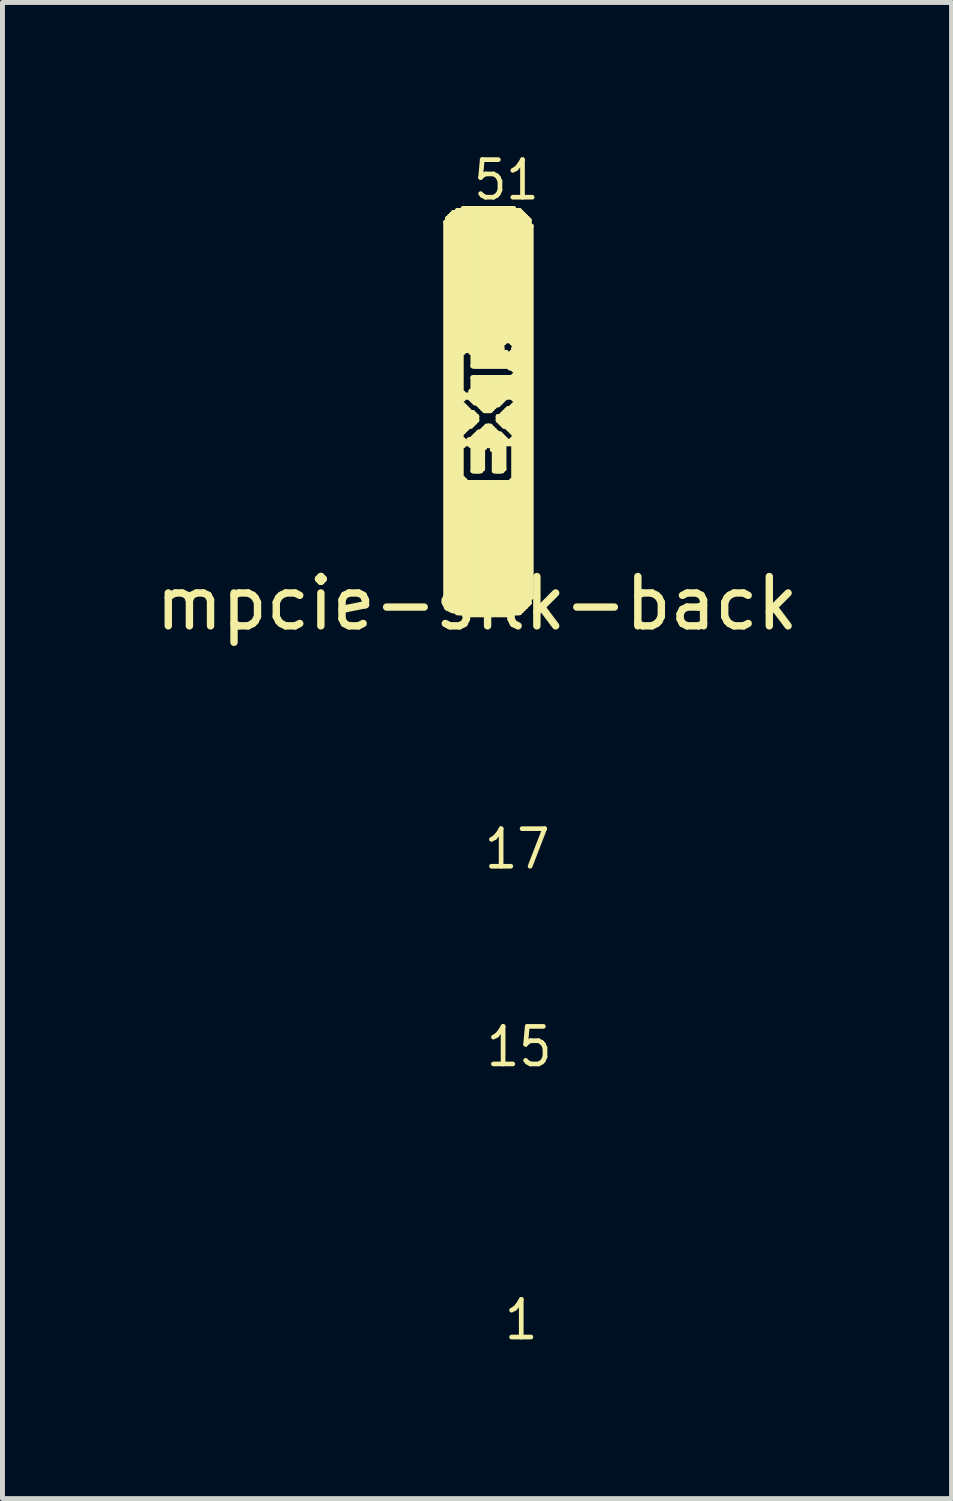
<source format=kicad_pcb>
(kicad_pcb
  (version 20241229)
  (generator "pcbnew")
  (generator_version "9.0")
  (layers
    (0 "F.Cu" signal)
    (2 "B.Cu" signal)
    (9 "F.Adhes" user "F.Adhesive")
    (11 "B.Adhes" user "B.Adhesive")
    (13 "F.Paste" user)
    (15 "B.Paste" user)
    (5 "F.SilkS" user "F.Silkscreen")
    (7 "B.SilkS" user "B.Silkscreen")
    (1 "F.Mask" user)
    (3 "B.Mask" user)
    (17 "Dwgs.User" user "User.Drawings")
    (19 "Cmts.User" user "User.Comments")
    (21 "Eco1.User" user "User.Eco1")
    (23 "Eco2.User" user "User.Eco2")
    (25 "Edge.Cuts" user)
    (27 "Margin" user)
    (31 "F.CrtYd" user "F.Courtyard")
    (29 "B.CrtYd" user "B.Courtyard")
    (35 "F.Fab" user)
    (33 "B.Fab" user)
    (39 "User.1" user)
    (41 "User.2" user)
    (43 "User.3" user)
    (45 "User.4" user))
  (footprint "mpcie-silk-back"
    (layer "F.Cu")
    (at 6.625 9.689)
    (property "Reference" "mpcie-silk-back" (at 0 -0.5 0) (unlocked yes) (layer "F.SilkS") (effects (font (size 1 1) (thickness 0.15))))
    (attr smd)
    (fp_line (start -0.635 -8.233) (end -0.635 -0.587) (stroke (width 0.1) (type solid)) (layer "F.SilkS"))
    (fp_line (start -0.635 -0.587) (end -0.596 -0.587) (stroke (width 0.1) (type solid)) (layer "F.SilkS"))
    (fp_line (start -0.596 -8.312) (end -0.596 -0.508) (stroke (width 0.1) (type solid)) (layer "F.SilkS"))
    (fp_line (start -0.596 -8.233) (end -0.635 -8.233) (stroke (width 0.1) (type solid)) (layer "F.SilkS"))
    (fp_line (start -0.596 -0.587) (end -0.596 -8.233) (stroke (width 0.1) (type solid)) (layer "F.SilkS"))
    (fp_line (start -0.596 -0.508) (end -0.556 -0.508) (stroke (width 0.1) (type solid)) (layer "F.SilkS"))
    (fp_line (start -0.556 -8.351) (end -0.556 -0.429) (stroke (width 0.1) (type solid)) (layer "F.SilkS"))
    (fp_line (start -0.556 -8.312) (end -0.596 -8.312) (stroke (width 0.1) (type solid)) (layer "F.SilkS"))
    (fp_line (start -0.556 -0.508) (end -0.556 -8.312) (stroke (width 0.1) (type solid)) (layer "F.SilkS"))
    (fp_line (start -0.556 -0.429) (end -0.517 -0.429) (stroke (width 0.1) (type solid)) (layer "F.SilkS"))
    (fp_line (start -0.517 -8.391) (end -0.517 -0.39) (stroke (width 0.1) (type solid)) (layer "F.SilkS"))
    (fp_line (start -0.517 -8.351) (end -0.556 -8.351) (stroke (width 0.1) (type solid)) (layer "F.SilkS"))
    (fp_line (start -0.517 -0.429) (end -0.517 -8.351) (stroke (width 0.1) (type solid)) (layer "F.SilkS"))
    (fp_line (start -0.517 -0.39) (end -0.477 -0.39) (stroke (width 0.1) (type solid)) (layer "F.SilkS"))
    (fp_line (start -0.477 -8.43) (end -0.477 -0.35) (stroke (width 0.1) (type solid)) (layer "F.SilkS"))
    (fp_line (start -0.477 -8.391) (end -0.517 -8.391) (stroke (width 0.1) (type solid)) (layer "F.SilkS"))
    (fp_line (start -0.477 -0.39) (end -0.477 -8.391) (stroke (width 0.1) (type solid)) (layer "F.SilkS"))
    (fp_line (start -0.477 -0.35) (end -0.438 -0.35) (stroke (width 0.1) (type solid)) (layer "F.SilkS"))
    (fp_line (start -0.438 -8.43) (end -0.477 -8.43) (stroke (width 0.1) (type solid)) (layer "F.SilkS"))
    (fp_line (start -0.438 -8.43) (end -0.438 -0.35) (stroke (width 0.1) (type solid)) (layer "F.SilkS"))
    (fp_line (start -0.438 -0.35) (end -0.438 -8.43) (stroke (width 0.1) (type solid)) (layer "F.SilkS"))
    (fp_line (start -0.438 -0.35) (end -0.399 -0.35) (stroke (width 0.1) (type solid)) (layer "F.SilkS"))
    (fp_line (start -0.399 -8.469) (end -0.399 -0.311) (stroke (width 0.1) (type solid)) (layer "F.SilkS"))
    (fp_line (start -0.399 -8.43) (end -0.438 -8.43) (stroke (width 0.1) (type solid)) (layer "F.SilkS"))
    (fp_line (start -0.399 -0.35) (end -0.399 -8.43) (stroke (width 0.1) (type solid)) (layer "F.SilkS"))
    (fp_line (start -0.399 -0.311) (end -0.359 -0.311) (stroke (width 0.1) (type solid)) (layer "F.SilkS"))
    (fp_line (start -0.359 -8.469) (end -0.399 -8.469) (stroke (width 0.1) (type solid)) (layer "F.SilkS"))
    (fp_line (start -0.359 -8.469) (end -0.359 -0.311) (stroke (width 0.1) (type solid)) (layer "F.SilkS"))
    (fp_line (start -0.359 -0.311) (end -0.359 -8.469) (stroke (width 0.1) (type solid)) (layer "F.SilkS"))
    (fp_line (start -0.359 -0.311) (end -0.32 -0.311) (stroke (width 0.1) (type solid)) (layer "F.SilkS"))
    (fp_line (start -0.32 -8.469) (end -0.359 -8.469) (stroke (width 0.1) (type solid)) (layer "F.SilkS"))
    (fp_line (start -0.32 -8.469) (end -0.32 -5.592) (stroke (width 0.1) (type solid)) (layer "F.SilkS"))
    (fp_line (start -0.32 -5.592) (end -0.28 -5.592) (stroke (width 0.1) (type solid)) (layer "F.SilkS"))
    (fp_line (start -0.32 -4.765) (end -0.32 -4.646) (stroke (width 0.1) (type solid)) (layer "F.SilkS"))
    (fp_line (start -0.32 -4.646) (end -0.28 -4.646) (stroke (width 0.1) (type solid)) (layer "F.SilkS"))
    (fp_line (start -0.32 -4.528) (end -0.32 -3.976) (stroke (width 0.1) (type solid)) (layer "F.SilkS"))
    (fp_line (start -0.32 -3.976) (end -0.28 -3.976) (stroke (width 0.1) (type solid)) (layer "F.SilkS"))
    (fp_line (start -0.32 -3.819) (end -0.32 -3.701) (stroke (width 0.1) (type solid)) (layer "F.SilkS"))
    (fp_line (start -0.32 -3.701) (end -0.28 -3.701) (stroke (width 0.1) (type solid)) (layer "F.SilkS"))
    (fp_line (start -0.32 -3.03) (end -0.32 -0.311) (stroke (width 0.1) (type solid)) (layer "F.SilkS"))
    (fp_line (start -0.32 -0.311) (end -0.32 -8.469) (stroke (width 0.1) (type solid)) (layer "F.SilkS"))
    (fp_line (start -0.32 -0.311) (end -0.28 -0.311) (stroke (width 0.1) (type solid)) (layer "F.SilkS"))
    (fp_line (start -0.28 -8.509) (end -0.28 -5.632) (stroke (width 0.1) (type solid)) (layer "F.SilkS"))
    (fp_line (start -0.28 -8.469) (end -0.32 -8.469) (stroke (width 0.1) (type solid)) (layer "F.SilkS"))
    (fp_line (start -0.28 -5.632) (end -0.241 -5.632) (stroke (width 0.1) (type solid)) (layer "F.SilkS"))
    (fp_line (start -0.28 -5.592) (end -0.28 -8.469) (stroke (width 0.1) (type solid)) (layer "F.SilkS"))
    (fp_line (start -0.28 -4.765) (end -0.32 -4.765) (stroke (width 0.1) (type solid)) (layer "F.SilkS"))
    (fp_line (start -0.28 -4.725) (end -0.28 -4.686) (stroke (width 0.1) (type solid)) (layer "F.SilkS"))
    (fp_line (start -0.28 -4.686) (end -0.241 -4.686) (stroke (width 0.1) (type solid)) (layer "F.SilkS"))
    (fp_line (start -0.28 -4.646) (end -0.28 -4.765) (stroke (width 0.1) (type solid)) (layer "F.SilkS"))
    (fp_line (start -0.28 -4.528) (end -0.32 -4.528) (stroke (width 0.1) (type solid)) (layer "F.SilkS"))
    (fp_line (start -0.28 -4.489) (end -0.28 -4.016) (stroke (width 0.1) (type solid)) (layer "F.SilkS"))
    (fp_line (start -0.28 -4.016) (end -0.241 -4.016) (stroke (width 0.1) (type solid)) (layer "F.SilkS"))
    (fp_line (start -0.28 -3.976) (end -0.28 -4.528) (stroke (width 0.1) (type solid)) (layer "F.SilkS"))
    (fp_line (start -0.28 -3.819) (end -0.32 -3.819) (stroke (width 0.1) (type solid)) (layer "F.SilkS"))
    (fp_line (start -0.28 -3.779) (end -0.28 -3.74) (stroke (width 0.1) (type solid)) (layer "F.SilkS"))
    (fp_line (start -0.28 -3.74) (end -0.241 -3.74) (stroke (width 0.1) (type solid)) (layer "F.SilkS"))
    (fp_line (start -0.28 -3.701) (end -0.28 -3.819) (stroke (width 0.1) (type solid)) (layer "F.SilkS"))
    (fp_line (start -0.28 -3.03) (end -0.32 -3.03) (stroke (width 0.1) (type solid)) (layer "F.SilkS"))
    (fp_line (start -0.28 -2.991) (end -0.28 -0.311) (stroke (width 0.1) (type solid)) (layer "F.SilkS"))
    (fp_line (start -0.28 -0.311) (end -0.28 -3.03) (stroke (width 0.1) (type solid)) (layer "F.SilkS"))
    (fp_line (start -0.28 -0.311) (end -0.241 -0.311) (stroke (width 0.1) (type solid)) (layer "F.SilkS"))
    (fp_line (start -0.241 -8.509) (end -0.28 -8.509) (stroke (width 0.1) (type solid)) (layer "F.SilkS"))
    (fp_line (start -0.241 -8.509) (end -0.241 -5.632) (stroke (width 0.1) (type solid)) (layer "F.SilkS"))
    (fp_line (start -0.241 -5.632) (end -0.241 -8.509) (stroke (width 0.1) (type solid)) (layer "F.SilkS"))
    (fp_line (start -0.241 -5.632) (end -0.201 -5.632) (stroke (width 0.1) (type solid)) (layer "F.SilkS"))
    (fp_line (start -0.241 -4.725) (end -0.28 -4.725) (stroke (width 0.1) (type solid)) (layer "F.SilkS"))
    (fp_line (start -0.241 -4.686) (end -0.241 -4.725) (stroke (width 0.1) (type solid)) (layer "F.SilkS"))
    (fp_line (start -0.241 -4.489) (end -0.28 -4.489) (stroke (width 0.1) (type solid)) (layer "F.SilkS"))
    (fp_line (start -0.241 -4.449) (end -0.241 -4.055) (stroke (width 0.1) (type solid)) (layer "F.SilkS"))
    (fp_line (start -0.241 -4.055) (end -0.201 -4.055) (stroke (width 0.1) (type solid)) (layer "F.SilkS"))
    (fp_line (start -0.241 -4.016) (end -0.241 -4.489) (stroke (width 0.1) (type solid)) (layer "F.SilkS"))
    (fp_line (start -0.241 -3.779) (end -0.28 -3.779) (stroke (width 0.1) (type solid)) (layer "F.SilkS"))
    (fp_line (start -0.241 -3.779) (end -0.241 -3.74) (stroke (width 0.1) (type solid)) (layer "F.SilkS"))
    (fp_line (start -0.241 -3.74) (end -0.241 -3.779) (stroke (width 0.1) (type solid)) (layer "F.SilkS"))
    (fp_line (start -0.241 -3.74) (end -0.201 -3.74) (stroke (width 0.1) (type solid)) (layer "F.SilkS"))
    (fp_line (start -0.241 -2.991) (end -0.28 -2.991) (stroke (width 0.1) (type solid)) (layer "F.SilkS"))
    (fp_line (start -0.241 -2.952) (end -0.241 -0.272) (stroke (width 0.1) (type solid)) (layer "F.SilkS"))
    (fp_line (start -0.241 -0.311) (end -0.241 -2.991) (stroke (width 0.1) (type solid)) (layer "F.SilkS"))
    (fp_line (start -0.241 -0.272) (end -0.201 -0.272) (stroke (width 0.1) (type solid)) (layer "F.SilkS"))
    (fp_line (start -0.201 -8.509) (end -0.241 -8.509) (stroke (width 0.1) (type solid)) (layer "F.SilkS"))
    (fp_line (start -0.201 -8.509) (end -0.201 -5.632) (stroke (width 0.1) (type solid)) (layer "F.SilkS"))
    (fp_line (start -0.201 -5.632) (end -0.201 -8.509) (stroke (width 0.1) (type solid)) (layer "F.SilkS"))
    (fp_line (start -0.201 -5.632) (end -0.162 -5.632) (stroke (width 0.1) (type solid)) (layer "F.SilkS"))
    (fp_line (start -0.201 -4.725) (end -0.201 -4.686) (stroke (width 0.1) (type solid)) (layer "F.SilkS"))
    (fp_line (start -0.201 -4.686) (end -0.162 -4.686) (stroke (width 0.1) (type solid)) (layer "F.SilkS"))
    (fp_line (start -0.201 -4.449) (end -0.241 -4.449) (stroke (width 0.1) (type solid)) (layer "F.SilkS"))
    (fp_line (start -0.201 -4.41) (end -0.201 -4.095) (stroke (width 0.1) (type solid)) (layer "F.SilkS"))
    (fp_line (start -0.201 -4.095) (end -0.162 -4.095) (stroke (width 0.1) (type solid)) (layer "F.SilkS"))
    (fp_line (start -0.201 -4.055) (end -0.201 -4.449) (stroke (width 0.1) (type solid)) (layer "F.SilkS"))
    (fp_line (start -0.201 -3.779) (end -0.241 -3.779) (stroke (width 0.1) (type solid)) (layer "F.SilkS"))
    (fp_line (start -0.201 -3.779) (end -0.201 -3.74) (stroke (width 0.1) (type solid)) (layer "F.SilkS"))
    (fp_line (start -0.201 -3.74) (end -0.201 -3.779) (stroke (width 0.1) (type solid)) (layer "F.SilkS"))
    (fp_line (start -0.201 -3.74) (end -0.162 -3.74) (stroke (width 0.1) (type solid)) (layer "F.SilkS"))
    (fp_line (start -0.201 -2.952) (end -0.241 -2.952) (stroke (width 0.1) (type solid)) (layer "F.SilkS"))
    (fp_line (start -0.201 -2.952) (end -0.201 -0.272) (stroke (width 0.1) (type solid)) (layer "F.SilkS"))
    (fp_line (start -0.201 -0.272) (end -0.201 -2.952) (stroke (width 0.1) (type solid)) (layer "F.SilkS"))
    (fp_line (start -0.201 -0.272) (end -0.162 -0.272) (stroke (width 0.1) (type solid)) (layer "F.SilkS"))
    (fp_line (start -0.162 -8.509) (end -0.201 -8.509) (stroke (width 0.1) (type solid)) (layer "F.SilkS"))
    (fp_line (start -0.162 -8.509) (end -0.162 -5.632) (stroke (width 0.1) (type solid)) (layer "F.SilkS"))
    (fp_line (start -0.162 -5.632) (end -0.162 -8.509) (stroke (width 0.1) (type solid)) (layer "F.SilkS"))
    (fp_line (start -0.162 -5.632) (end -0.123 -5.632) (stroke (width 0.1) (type solid)) (layer "F.SilkS"))
    (fp_line (start -0.162 -4.725) (end -0.201 -4.725) (stroke (width 0.1) (type solid)) (layer "F.SilkS"))
    (fp_line (start -0.162 -4.725) (end -0.162 -4.686) (stroke (width 0.1) (type solid)) (layer "F.SilkS"))
    (fp_line (start -0.162 -4.686) (end -0.162 -4.725) (stroke (width 0.1) (type solid)) (layer "F.SilkS"))
    (fp_line (start -0.162 -4.686) (end -0.123 -4.686) (stroke (width 0.1) (type solid)) (layer "F.SilkS"))
    (fp_line (start -0.162 -4.41) (end -0.201 -4.41) (stroke (width 0.1) (type solid)) (layer "F.SilkS"))
    (fp_line (start -0.162 -4.371) (end -0.162 -4.095) (stroke (width 0.1) (type solid)) (layer "F.SilkS"))
    (fp_line (start -0.162 -4.095) (end -0.162 -4.41) (stroke (width 0.1) (type solid)) (layer "F.SilkS"))
    (fp_line (start -0.162 -4.095) (end -0.123 -4.095) (stroke (width 0.1) (type solid)) (layer "F.SilkS"))
    (fp_line (start -0.162 -3.819) (end -0.162 -3.74) (stroke (width 0.1) (type solid)) (layer "F.SilkS"))
    (fp_line (start -0.162 -3.779) (end -0.201 -3.779) (stroke (width 0.1) (type solid)) (layer "F.SilkS"))
    (fp_line (start -0.162 -3.74) (end -0.162 -3.779) (stroke (width 0.1) (type solid)) (layer "F.SilkS"))
    (fp_line (start -0.162 -3.74) (end -0.123 -3.74) (stroke (width 0.1) (type solid)) (layer "F.SilkS"))
    (fp_line (start -0.162 -2.952) (end -0.201 -2.952) (stroke (width 0.1) (type solid)) (layer "F.SilkS"))
    (fp_line (start -0.162 -2.952) (end -0.162 -0.272) (stroke (width 0.1) (type solid)) (layer "F.SilkS"))
    (fp_line (start -0.162 -0.272) (end -0.162 -2.952) (stroke (width 0.1) (type solid)) (layer "F.SilkS"))
    (fp_line (start -0.162 -0.272) (end -0.123 -0.272) (stroke (width 0.1) (type solid)) (layer "F.SilkS"))
    (fp_line (start -0.123 -8.509) (end -0.162 -8.509) (stroke (width 0.1) (type solid)) (layer "F.SilkS"))
    (fp_line (start -0.123 -8.509) (end -0.123 -5.592) (stroke (width 0.1) (type solid)) (layer "F.SilkS"))
    (fp_line (start -0.123 -5.632) (end -0.123 -8.509) (stroke (width 0.1) (type solid)) (layer "F.SilkS"))
    (fp_line (start -0.123 -5.592) (end -0.083 -5.592) (stroke (width 0.1) (type solid)) (layer "F.SilkS"))
    (fp_line (start -0.123 -4.804) (end -0.123 -4.646) (stroke (width 0.1) (type solid)) (layer "F.SilkS"))
    (fp_line (start -0.123 -4.725) (end -0.162 -4.725) (stroke (width 0.1) (type solid)) (layer "F.SilkS"))
    (fp_line (start -0.123 -4.686) (end -0.123 -4.725) (stroke (width 0.1) (type solid)) (layer "F.SilkS"))
    (fp_line (start -0.123 -4.646) (end -0.083 -4.646) (stroke (width 0.1) (type solid)) (layer "F.SilkS"))
    (fp_line (start -0.123 -4.371) (end -0.162 -4.371) (stroke (width 0.1) (type solid)) (layer "F.SilkS"))
    (fp_line (start -0.123 -4.371) (end -0.123 -4.134) (stroke (width 0.1) (type solid)) (layer "F.SilkS"))
    (fp_line (start -0.123 -4.134) (end -0.083 -4.134) (stroke (width 0.1) (type solid)) (layer "F.SilkS"))
    (fp_line (start -0.123 -4.095) (end -0.123 -4.371) (stroke (width 0.1) (type solid)) (layer "F.SilkS"))
    (fp_line (start -0.123 -3.819) (end -0.162 -3.819) (stroke (width 0.1) (type solid)) (layer "F.SilkS"))
    (fp_line (start -0.123 -3.819) (end -0.123 -3.701) (stroke (width 0.1) (type solid)) (layer "F.SilkS"))
    (fp_line (start -0.123 -3.74) (end -0.123 -3.819) (stroke (width 0.1) (type solid)) (layer "F.SilkS"))
    (fp_line (start -0.123 -3.701) (end -0.083 -3.701) (stroke (width 0.1) (type solid)) (layer "F.SilkS"))
    (fp_line (start -0.123 -2.952) (end -0.162 -2.952) (stroke (width 0.1) (type solid)) (layer "F.SilkS"))
    (fp_line (start -0.123 -2.952) (end -0.123 -0.272) (stroke (width 0.1) (type solid)) (layer "F.SilkS"))
    (fp_line (start -0.123 -0.272) (end -0.123 -2.952) (stroke (width 0.1) (type solid)) (layer "F.SilkS"))
    (fp_line (start -0.123 -0.272) (end -0.083 -0.272) (stroke (width 0.1) (type solid)) (layer "F.SilkS"))
    (fp_line (start -0.083 -8.509) (end -0.123 -8.509) (stroke (width 0.1) (type solid)) (layer "F.SilkS"))
    (fp_line (start -0.083 -8.509) (end -0.083 -5.316) (stroke (width 0.1) (type solid)) (layer "F.SilkS"))
    (fp_line (start -0.083 -5.592) (end -0.083 -8.509) (stroke (width 0.1) (type solid)) (layer "F.SilkS"))
    (fp_line (start -0.083 -5.316) (end -0.044 -5.316) (stroke (width 0.1) (type solid)) (layer "F.SilkS"))
    (fp_line (start -0.083 -5.08) (end -0.083 -4.607) (stroke (width 0.1) (type solid)) (layer "F.SilkS"))
    (fp_line (start -0.083 -4.804) (end -0.123 -4.804) (stroke (width 0.1) (type solid)) (layer "F.SilkS"))
    (fp_line (start -0.083 -4.646) (end -0.083 -4.804) (stroke (width 0.1) (type solid)) (layer "F.SilkS"))
    (fp_line (start -0.083 -4.607) (end -0.044 -4.607) (stroke (width 0.1) (type solid)) (layer "F.SilkS"))
    (fp_line (start -0.083 -4.371) (end -0.123 -4.371) (stroke (width 0.1) (type solid)) (layer "F.SilkS"))
    (fp_line (start -0.083 -4.331) (end -0.083 -4.173) (stroke (width 0.1) (type solid)) (layer "F.SilkS"))
    (fp_line (start -0.083 -4.173) (end -0.044 -4.173) (stroke (width 0.1) (type solid)) (layer "F.SilkS"))
    (fp_line (start -0.083 -4.134) (end -0.083 -4.371) (stroke (width 0.1) (type solid)) (layer "F.SilkS"))
    (fp_line (start -0.083 -3.858) (end -0.083 -3.188) (stroke (width 0.1) (type solid)) (layer "F.SilkS"))
    (fp_line (start -0.083 -3.819) (end -0.123 -3.819) (stroke (width 0.1) (type solid)) (layer "F.SilkS"))
    (fp_line (start -0.083 -3.701) (end -0.083 -3.819) (stroke (width 0.1) (type solid)) (layer "F.SilkS"))
    (fp_line (start -0.083 -3.188) (end -0.044 -3.188) (stroke (width 0.1) (type solid)) (layer "F.SilkS"))
    (fp_line (start -0.083 -2.952) (end -0.123 -2.952) (stroke (width 0.1) (type solid)) (layer "F.SilkS"))
    (fp_line (start -0.083 -2.952) (end -0.083 -0.272) (stroke (width 0.1) (type solid)) (layer "F.SilkS"))
    (fp_line (start -0.083 -0.272) (end -0.083 -2.952) (stroke (width 0.1) (type solid)) (layer "F.SilkS"))
    (fp_line (start -0.083 -0.272) (end -0.044 -0.272) (stroke (width 0.1) (type solid)) (layer "F.SilkS"))
    (fp_line (start -0.044 -8.509) (end -0.083 -8.509) (stroke (width 0.1) (type solid)) (layer "F.SilkS"))
    (fp_line (start -0.044 -8.509) (end -0.044 -5.316) (stroke (width 0.1) (type solid)) (layer "F.SilkS"))
    (fp_line (start -0.044 -5.316) (end -0.044 -8.509) (stroke (width 0.1) (type solid)) (layer "F.SilkS"))
    (fp_line (start -0.044 -5.316) (end -0.004 -5.316) (stroke (width 0.1) (type solid)) (layer "F.SilkS"))
    (fp_line (start -0.044 -5.08) (end -0.083 -5.08) (stroke (width 0.1) (type solid)) (layer "F.SilkS"))
    (fp_line (start -0.044 -5.08) (end -0.044 -4.568) (stroke (width 0.1) (type solid)) (layer "F.SilkS"))
    (fp_line (start -0.044 -4.607) (end -0.044 -5.08) (stroke (width 0.1) (type solid)) (layer "F.SilkS"))
    (fp_line (start -0.044 -4.568) (end -0.004 -4.568) (stroke (width 0.1) (type solid)) (layer "F.SilkS"))
    (fp_line (start -0.044 -4.331) (end -0.083 -4.331) (stroke (width 0.1) (type solid)) (layer "F.SilkS"))
    (fp_line (start -0.044 -4.292) (end -0.044 -4.213) (stroke (width 0.1) (type solid)) (layer "F.SilkS"))
    (fp_line (start -0.044 -4.213) (end -0.004 -4.213) (stroke (width 0.1) (type solid)) (layer "F.SilkS"))
    (fp_line (start -0.044 -4.173) (end -0.044 -4.331) (stroke (width 0.1) (type solid)) (layer "F.SilkS"))
    (fp_line (start -0.044 -3.898) (end -0.044 -3.188) (stroke (width 0.1) (type solid)) (layer "F.SilkS"))
    (fp_line (start -0.044 -3.858) (end -0.083 -3.858) (stroke (width 0.1) (type solid)) (layer "F.SilkS"))
    (fp_line (start -0.044 -3.188) (end -0.044 -3.858) (stroke (width 0.1) (type solid)) (layer "F.SilkS"))
    (fp_line (start -0.044 -3.188) (end -0.004 -3.188) (stroke (width 0.1) (type solid)) (layer "F.SilkS"))
    (fp_line (start -0.044 -2.952) (end -0.083 -2.952) (stroke (width 0.1) (type solid)) (layer "F.SilkS"))
    (fp_line (start -0.044 -2.952) (end -0.044 -0.272) (stroke (width 0.1) (type solid)) (layer "F.SilkS"))
    (fp_line (start -0.044 -0.272) (end -0.044 -2.952) (stroke (width 0.1) (type solid)) (layer "F.SilkS"))
    (fp_line (start -0.044 -0.272) (end -0.004 -0.272) (stroke (width 0.1) (type solid)) (layer "F.SilkS"))
    (fp_line (start -0.004 -8.509) (end -0.044 -8.509) (stroke (width 0.1) (type solid)) (layer "F.SilkS"))
    (fp_line (start -0.004 -8.509) (end -0.004 -5.316) (stroke (width 0.1) (type solid)) (layer "F.SilkS"))
    (fp_line (start -0.004 -5.316) (end -0.004 -8.509) (stroke (width 0.1) (type solid)) (layer "F.SilkS"))
    (fp_line (start -0.004 -5.316) (end 0.035 -5.316) (stroke (width 0.1) (type solid)) (layer "F.SilkS"))
    (fp_line (start -0.004 -5.08) (end -0.044 -5.08) (stroke (width 0.1) (type solid)) (layer "F.SilkS"))
    (fp_line (start -0.004 -5.08) (end -0.004 -4.568) (stroke (width 0.1) (type solid)) (layer "F.SilkS"))
    (fp_line (start -0.004 -4.568) (end -0.004 -5.08) (stroke (width 0.1) (type solid)) (layer "F.SilkS"))
    (fp_line (start -0.004 -4.568) (end 0.035 -4.568) (stroke (width 0.1) (type solid)) (layer "F.SilkS"))
    (fp_line (start -0.004 -4.292) (end -0.044 -4.292) (stroke (width 0.1) (type solid)) (layer "F.SilkS"))
    (fp_line (start -0.004 -4.213) (end -0.004 -4.292) (stroke (width 0.1) (type solid)) (layer "F.SilkS"))
    (fp_line (start -0.004 -3.937) (end -0.004 -3.188) (stroke (width 0.1) (type solid)) (layer "F.SilkS"))
    (fp_line (start -0.004 -3.898) (end -0.044 -3.898) (stroke (width 0.1) (type solid)) (layer "F.SilkS"))
    (fp_line (start -0.004 -3.188) (end -0.004 -3.898) (stroke (width 0.1) (type solid)) (layer "F.SilkS"))
    (fp_line (start -0.004 -3.188) (end 0.035 -3.188) (stroke (width 0.1) (type solid)) (layer "F.SilkS"))
    (fp_line (start -0.004 -2.952) (end -0.044 -2.952) (stroke (width 0.1) (type solid)) (layer "F.SilkS"))
    (fp_line (start -0.004 -2.952) (end -0.004 -0.272) (stroke (width 0.1) (type solid)) (layer "F.SilkS"))
    (fp_line (start -0.004 -0.272) (end -0.004 -2.952) (stroke (width 0.1) (type solid)) (layer "F.SilkS"))
    (fp_line (start -0.004 -0.272) (end 0.035 -0.272) (stroke (width 0.1) (type solid)) (layer "F.SilkS"))
    (fp_line (start 0.035 -8.509) (end -0.004 -8.509) (stroke (width 0.1) (type solid)) (layer "F.SilkS"))
    (fp_line (start 0.035 -8.509) (end 0.035 -5.316) (stroke (width 0.1) (type solid)) (layer "F.SilkS"))
    (fp_line (start 0.035 -5.316) (end 0.035 -8.509) (stroke (width 0.1) (type solid)) (layer "F.SilkS"))
    (fp_line (start 0.035 -5.316) (end 0.074 -5.316) (stroke (width 0.1) (type solid)) (layer "F.SilkS"))
    (fp_line (start 0.035 -5.08) (end -0.004 -5.08) (stroke (width 0.1) (type solid)) (layer "F.SilkS"))
    (fp_line (start 0.035 -5.08) (end 0.035 -4.528) (stroke (width 0.1) (type solid)) (layer "F.SilkS"))
    (fp_line (start 0.035 -4.568) (end 0.035 -5.08) (stroke (width 0.1) (type solid)) (layer "F.SilkS"))
    (fp_line (start 0.035 -4.528) (end 0.074 -4.528) (stroke (width 0.1) (type solid)) (layer "F.SilkS"))
    (fp_line (start 0.035 -3.976) (end 0.035 -3.188) (stroke (width 0.1) (type solid)) (layer "F.SilkS"))
    (fp_line (start 0.035 -3.937) (end -0.004 -3.937) (stroke (width 0.1) (type solid)) (layer "F.SilkS"))
    (fp_line (start 0.035 -3.188) (end 0.035 -3.937) (stroke (width 0.1) (type solid)) (layer "F.SilkS"))
    (fp_line (start 0.035 -3.188) (end 0.074 -3.188) (stroke (width 0.1) (type solid)) (layer "F.SilkS"))
    (fp_line (start 0.035 -2.952) (end -0.004 -2.952) (stroke (width 0.1) (type solid)) (layer "F.SilkS"))
    (fp_line (start 0.035 -2.952) (end 0.035 -0.272) (stroke (width 0.1) (type solid)) (layer "F.SilkS"))
    (fp_line (start 0.035 -0.272) (end 0.035 -2.952) (stroke (width 0.1) (type solid)) (layer "F.SilkS"))
    (fp_line (start 0.035 -0.272) (end 0.074 -0.272) (stroke (width 0.1) (type solid)) (layer "F.SilkS"))
    (fp_line (start 0.074 -8.509) (end 0.035 -8.509) (stroke (width 0.1) (type solid)) (layer "F.SilkS"))
    (fp_line (start 0.074 -8.509) (end 0.074 -5.316) (stroke (width 0.1) (type solid)) (layer "F.SilkS"))
    (fp_line (start 0.074 -5.316) (end 0.074 -8.509) (stroke (width 0.1) (type solid)) (layer "F.SilkS"))
    (fp_line (start 0.074 -5.316) (end 0.114 -5.316) (stroke (width 0.1) (type solid)) (layer "F.SilkS"))
    (fp_line (start 0.074 -5.08) (end 0.035 -5.08) (stroke (width 0.1) (type solid)) (layer "F.SilkS"))
    (fp_line (start 0.074 -5.08) (end 0.074 -4.489) (stroke (width 0.1) (type solid)) (layer "F.SilkS"))
    (fp_line (start 0.074 -4.528) (end 0.074 -5.08) (stroke (width 0.1) (type solid)) (layer "F.SilkS"))
    (fp_line (start 0.074 -4.489) (end 0.114 -4.489) (stroke (width 0.1) (type solid)) (layer "F.SilkS"))
    (fp_line (start 0.074 -3.976) (end 0.035 -3.976) (stroke (width 0.1) (type solid)) (layer "F.SilkS"))
    (fp_line (start 0.074 -3.976) (end 0.074 -3.228) (stroke (width 0.1) (type solid)) (layer "F.SilkS"))
    (fp_line (start 0.074 -3.228) (end 0.114 -3.228) (stroke (width 0.1) (type solid)) (layer "F.SilkS"))
    (fp_line (start 0.074 -3.188) (end 0.074 -3.976) (stroke (width 0.1) (type solid)) (layer "F.SilkS"))
    (fp_line (start 0.074 -2.952) (end 0.035 -2.952) (stroke (width 0.1) (type solid)) (layer "F.SilkS"))
    (fp_line (start 0.074 -2.952) (end 0.074 -0.272) (stroke (width 0.1) (type solid)) (layer "F.SilkS"))
    (fp_line (start 0.074 -0.272) (end 0.074 -2.952) (stroke (width 0.1) (type solid)) (layer "F.SilkS"))
    (fp_line (start 0.074 -0.272) (end 0.114 -0.272) (stroke (width 0.1) (type solid)) (layer "F.SilkS"))
    (fp_line (start 0.114 -8.509) (end 0.074 -8.509) (stroke (width 0.1) (type solid)) (layer "F.SilkS"))
    (fp_line (start 0.114 -8.509) (end 0.114 -5.316) (stroke (width 0.1) (type solid)) (layer "F.SilkS"))
    (fp_line (start 0.114 -5.316) (end 0.114 -8.509) (stroke (width 0.1) (type solid)) (layer "F.SilkS"))
    (fp_line (start 0.114 -5.316) (end 0.153 -5.316) (stroke (width 0.1) (type solid)) (layer "F.SilkS"))
    (fp_line (start 0.114 -5.08) (end 0.074 -5.08) (stroke (width 0.1) (type solid)) (layer "F.SilkS"))
    (fp_line (start 0.114 -5.08) (end 0.114 -4.449) (stroke (width 0.1) (type solid)) (layer "F.SilkS"))
    (fp_line (start 0.114 -4.489) (end 0.114 -5.08) (stroke (width 0.1) (type solid)) (layer "F.SilkS"))
    (fp_line (start 0.114 -4.449) (end 0.153 -4.449) (stroke (width 0.1) (type solid)) (layer "F.SilkS"))
    (fp_line (start 0.114 -4.016) (end 0.114 -3.661) (stroke (width 0.1) (type solid)) (layer "F.SilkS"))
    (fp_line (start 0.114 -3.976) (end 0.074 -3.976) (stroke (width 0.1) (type solid)) (layer "F.SilkS"))
    (fp_line (start 0.114 -3.661) (end 0.153 -3.661) (stroke (width 0.1) (type solid)) (layer "F.SilkS"))
    (fp_line (start 0.114 -3.228) (end 0.114 -3.976) (stroke (width 0.1) (type solid)) (layer "F.SilkS"))
    (fp_line (start 0.114 -2.952) (end 0.074 -2.952) (stroke (width 0.1) (type solid)) (layer "F.SilkS"))
    (fp_line (start 0.114 -2.952) (end 0.114 -0.272) (stroke (width 0.1) (type solid)) (layer "F.SilkS"))
    (fp_line (start 0.114 -0.272) (end 0.114 -2.952) (stroke (width 0.1) (type solid)) (layer "F.SilkS"))
    (fp_line (start 0.114 -0.272) (end 0.153 -0.272) (stroke (width 0.1) (type solid)) (layer "F.SilkS"))
    (fp_line (start 0.153 -8.509) (end 0.114 -8.509) (stroke (width 0.1) (type solid)) (layer "F.SilkS"))
    (fp_line (start 0.153 -8.509) (end 0.153 -5.316) (stroke (width 0.1) (type solid)) (layer "F.SilkS"))
    (fp_line (start 0.153 -5.316) (end 0.153 -8.509) (stroke (width 0.1) (type solid)) (layer "F.SilkS"))
    (fp_line (start 0.153 -5.316) (end 0.193 -5.316) (stroke (width 0.1) (type solid)) (layer "F.SilkS"))
    (fp_line (start 0.153 -5.08) (end 0.114 -5.08) (stroke (width 0.1) (type solid)) (layer "F.SilkS"))
    (fp_line (start 0.153 -5.08) (end 0.153 -4.41) (stroke (width 0.1) (type solid)) (layer "F.SilkS"))
    (fp_line (start 0.153 -4.449) (end 0.153 -5.08) (stroke (width 0.1) (type solid)) (layer "F.SilkS"))
    (fp_line (start 0.153 -4.41) (end 0.193 -4.41) (stroke (width 0.1) (type solid)) (layer "F.SilkS"))
    (fp_line (start 0.153 -4.055) (end 0.153 -3.701) (stroke (width 0.1) (type solid)) (layer "F.SilkS"))
    (fp_line (start 0.153 -4.016) (end 0.114 -4.016) (stroke (width 0.1) (type solid)) (layer "F.SilkS"))
    (fp_line (start 0.153 -3.701) (end 0.193 -3.701) (stroke (width 0.1) (type solid)) (layer "F.SilkS"))
    (fp_line (start 0.153 -3.661) (end 0.153 -4.016) (stroke (width 0.1) (type solid)) (layer "F.SilkS"))
    (fp_line (start 0.153 -2.952) (end 0.114 -2.952) (stroke (width 0.1) (type solid)) (layer "F.SilkS"))
    (fp_line (start 0.153 -2.952) (end 0.153 -0.272) (stroke (width 0.1) (type solid)) (layer "F.SilkS"))
    (fp_line (start 0.153 -0.272) (end 0.153 -2.952) (stroke (width 0.1) (type solid)) (layer "F.SilkS"))
    (fp_line (start 0.153 -0.272) (end 0.193 -0.272) (stroke (width 0.1) (type solid)) (layer "F.SilkS"))
    (fp_line (start 0.193 -8.509) (end 0.153 -8.509) (stroke (width 0.1) (type solid)) (layer "F.SilkS"))
    (fp_line (start 0.193 -8.509) (end 0.193 -5.316) (stroke (width 0.1) (type solid)) (layer "F.SilkS"))
    (fp_line (start 0.193 -5.316) (end 0.193 -8.509) (stroke (width 0.1) (type solid)) (layer "F.SilkS"))
    (fp_line (start 0.193 -5.316) (end 0.232 -5.316) (stroke (width 0.1) (type solid)) (layer "F.SilkS"))
    (fp_line (start 0.193 -5.08) (end 0.153 -5.08) (stroke (width 0.1) (type solid)) (layer "F.SilkS"))
    (fp_line (start 0.193 -5.08) (end 0.193 -4.41) (stroke (width 0.1) (type solid)) (layer "F.SilkS"))
    (fp_line (start 0.193 -4.41) (end 0.193 -5.08) (stroke (width 0.1) (type solid)) (layer "F.SilkS"))
    (fp_line (start 0.193 -4.41) (end 0.232 -4.41) (stroke (width 0.1) (type solid)) (layer "F.SilkS"))
    (fp_line (start 0.193 -4.095) (end 0.193 -3.701) (stroke (width 0.1) (type solid)) (layer "F.SilkS"))
    (fp_line (start 0.193 -4.055) (end 0.153 -4.055) (stroke (width 0.1) (type solid)) (layer "F.SilkS"))
    (fp_line (start 0.193 -3.701) (end 0.193 -4.055) (stroke (width 0.1) (type solid)) (layer "F.SilkS"))
    (fp_line (start 0.193 -3.701) (end 0.232 -3.701) (stroke (width 0.1) (type solid)) (layer "F.SilkS"))
    (fp_line (start 0.193 -2.952) (end 0.153 -2.952) (stroke (width 0.1) (type solid)) (layer "F.SilkS"))
    (fp_line (start 0.193 -2.952) (end 0.193 -0.272) (stroke (width 0.1) (type solid)) (layer "F.SilkS"))
    (fp_line (start 0.193 -0.272) (end 0.193 -2.952) (stroke (width 0.1) (type solid)) (layer "F.SilkS"))
    (fp_line (start 0.193 -0.272) (end 0.232 -0.272) (stroke (width 0.1) (type solid)) (layer "F.SilkS"))
    (fp_line (start 0.232 -8.509) (end 0.193 -8.509) (stroke (width 0.1) (type solid)) (layer "F.SilkS"))
    (fp_line (start 0.232 -8.509) (end 0.232 -5.316) (stroke (width 0.1) (type solid)) (layer "F.SilkS"))
    (fp_line (start 0.232 -5.316) (end 0.232 -8.509) (stroke (width 0.1) (type solid)) (layer "F.SilkS"))
    (fp_line (start 0.232 -5.316) (end 0.272 -5.316) (stroke (width 0.1) (type solid)) (layer "F.SilkS"))
    (fp_line (start 0.232 -5.08) (end 0.193 -5.08) (stroke (width 0.1) (type solid)) (layer "F.SilkS"))
    (fp_line (start 0.232 -5.08) (end 0.232 -4.41) (stroke (width 0.1) (type solid)) (layer "F.SilkS"))
    (fp_line (start 0.232 -4.41) (end 0.232 -5.08) (stroke (width 0.1) (type solid)) (layer "F.SilkS"))
    (fp_line (start 0.232 -4.41) (end 0.272 -4.41) (stroke (width 0.1) (type solid)) (layer "F.SilkS"))
    (fp_line (start 0.232 -4.095) (end 0.193 -4.095) (stroke (width 0.1) (type solid)) (layer "F.SilkS"))
    (fp_line (start 0.232 -4.095) (end 0.232 -3.701) (stroke (width 0.1) (type solid)) (layer "F.SilkS"))
    (fp_line (start 0.232 -3.701) (end 0.232 -4.095) (stroke (width 0.1) (type solid)) (layer "F.SilkS"))
    (fp_line (start 0.232 -3.701) (end 0.272 -3.701) (stroke (width 0.1) (type solid)) (layer "F.SilkS"))
    (fp_line (start 0.232 -2.952) (end 0.193 -2.952) (stroke (width 0.1) (type solid)) (layer "F.SilkS"))
    (fp_line (start 0.232 -2.952) (end 0.232 -0.272) (stroke (width 0.1) (type solid)) (layer "F.SilkS"))
    (fp_line (start 0.232 -0.272) (end 0.232 -2.952) (stroke (width 0.1) (type solid)) (layer "F.SilkS"))
    (fp_line (start 0.232 -0.272) (end 0.272 -0.272) (stroke (width 0.1) (type solid)) (layer "F.SilkS"))
    (fp_line (start 0.272 -8.509) (end 0.232 -8.509) (stroke (width 0.1) (type solid)) (layer "F.SilkS"))
    (fp_line (start 0.272 -8.509) (end 0.272 -5.316) (stroke (width 0.1) (type solid)) (layer "F.SilkS"))
    (fp_line (start 0.272 -5.316) (end 0.272 -8.509) (stroke (width 0.1) (type solid)) (layer "F.SilkS"))
    (fp_line (start 0.272 -5.316) (end 0.311 -5.316) (stroke (width 0.1) (type solid)) (layer "F.SilkS"))
    (fp_line (start 0.272 -5.08) (end 0.232 -5.08) (stroke (width 0.1) (type solid)) (layer "F.SilkS"))
    (fp_line (start 0.272 -5.08) (end 0.272 -4.449) (stroke (width 0.1) (type solid)) (layer "F.SilkS"))
    (fp_line (start 0.272 -4.449) (end 0.311 -4.449) (stroke (width 0.1) (type solid)) (layer "F.SilkS"))
    (fp_line (start 0.272 -4.41) (end 0.272 -5.08) (stroke (width 0.1) (type solid)) (layer "F.SilkS"))
    (fp_line (start 0.272 -4.095) (end 0.232 -4.095) (stroke (width 0.1) (type solid)) (layer "F.SilkS"))
    (fp_line (start 0.272 -4.055) (end 0.272 -3.701) (stroke (width 0.1) (type solid)) (layer "F.SilkS"))
    (fp_line (start 0.272 -3.701) (end 0.272 -4.095) (stroke (width 0.1) (type solid)) (layer "F.SilkS"))
    (fp_line (start 0.272 -3.701) (end 0.311 -3.701) (stroke (width 0.1) (type solid)) (layer "F.SilkS"))
    (fp_line (start 0.272 -2.952) (end 0.232 -2.952) (stroke (width 0.1) (type solid)) (layer "F.SilkS"))
    (fp_line (start 0.272 -2.952) (end 0.272 -0.272) (stroke (width 0.1) (type solid)) (layer "F.SilkS"))
    (fp_line (start 0.272 -0.272) (end 0.272 -2.952) (stroke (width 0.1) (type solid)) (layer "F.SilkS"))
    (fp_line (start 0.272 -0.272) (end 0.311 -0.272) (stroke (width 0.1) (type solid)) (layer "F.SilkS"))
    (fp_line (start 0.311 -8.509) (end 0.272 -8.509) (stroke (width 0.1) (type solid)) (layer "F.SilkS"))
    (fp_line (start 0.311 -8.509) (end 0.311 -5.316) (stroke (width 0.1) (type solid)) (layer "F.SilkS"))
    (fp_line (start 0.311 -5.316) (end 0.311 -8.509) (stroke (width 0.1) (type solid)) (layer "F.SilkS"))
    (fp_line (start 0.311 -5.316) (end 0.35 -5.316) (stroke (width 0.1) (type solid)) (layer "F.SilkS"))
    (fp_line (start 0.311 -5.08) (end 0.272 -5.08) (stroke (width 0.1) (type solid)) (layer "F.SilkS"))
    (fp_line (start 0.311 -5.08) (end 0.311 -4.489) (stroke (width 0.1) (type solid)) (layer "F.SilkS"))
    (fp_line (start 0.311 -4.489) (end 0.35 -4.489) (stroke (width 0.1) (type solid)) (layer "F.SilkS"))
    (fp_line (start 0.311 -4.449) (end 0.311 -5.08) (stroke (width 0.1) (type solid)) (layer "F.SilkS"))
    (fp_line (start 0.311 -4.055) (end 0.272 -4.055) (stroke (width 0.1) (type solid)) (layer "F.SilkS"))
    (fp_line (start 0.311 -4.016) (end 0.311 -3.622) (stroke (width 0.1) (type solid)) (layer "F.SilkS"))
    (fp_line (start 0.311 -3.701) (end 0.311 -4.055) (stroke (width 0.1) (type solid)) (layer "F.SilkS"))
    (fp_line (start 0.311 -3.622) (end 0.35 -3.622) (stroke (width 0.1) (type solid)) (layer "F.SilkS"))
    (fp_line (start 0.311 -2.952) (end 0.272 -2.952) (stroke (width 0.1) (type solid)) (layer "F.SilkS"))
    (fp_line (start 0.311 -2.952) (end 0.311 -0.272) (stroke (width 0.1) (type solid)) (layer "F.SilkS"))
    (fp_line (start 0.311 -0.272) (end 0.311 -2.952) (stroke (width 0.1) (type solid)) (layer "F.SilkS"))
    (fp_line (start 0.311 -0.272) (end 0.35 -0.272) (stroke (width 0.1) (type solid)) (layer "F.SilkS"))
    (fp_line (start 0.35 -8.509) (end 0.311 -8.509) (stroke (width 0.1) (type solid)) (layer "F.SilkS"))
    (fp_line (start 0.35 -8.509) (end 0.35 -5.316) (stroke (width 0.1) (type solid)) (layer "F.SilkS"))
    (fp_line (start 0.35 -5.316) (end 0.35 -8.509) (stroke (width 0.1) (type solid)) (layer "F.SilkS"))
    (fp_line (start 0.35 -5.316) (end 0.39 -5.316) (stroke (width 0.1) (type solid)) (layer "F.SilkS"))
    (fp_line (start 0.35 -5.08) (end 0.311 -5.08) (stroke (width 0.1) (type solid)) (layer "F.SilkS"))
    (fp_line (start 0.35 -5.08) (end 0.35 -4.528) (stroke (width 0.1) (type solid)) (layer "F.SilkS"))
    (fp_line (start 0.35 -4.528) (end 0.39 -4.528) (stroke (width 0.1) (type solid)) (layer "F.SilkS"))
    (fp_line (start 0.35 -4.489) (end 0.35 -5.08) (stroke (width 0.1) (type solid)) (layer "F.SilkS"))
    (fp_line (start 0.35 -4.016) (end 0.311 -4.016) (stroke (width 0.1) (type solid)) (layer "F.SilkS"))
    (fp_line (start 0.35 -3.976) (end 0.35 -3.188) (stroke (width 0.1) (type solid)) (layer "F.SilkS"))
    (fp_line (start 0.35 -3.622) (end 0.35 -4.016) (stroke (width 0.1) (type solid)) (layer "F.SilkS"))
    (fp_line (start 0.35 -3.188) (end 0.39 -3.188) (stroke (width 0.1) (type solid)) (layer "F.SilkS"))
    (fp_line (start 0.35 -2.952) (end 0.311 -2.952) (stroke (width 0.1) (type solid)) (layer "F.SilkS"))
    (fp_line (start 0.35 -2.952) (end 0.35 -0.272) (stroke (width 0.1) (type solid)) (layer "F.SilkS"))
    (fp_line (start 0.35 -0.272) (end 0.35 -2.952) (stroke (width 0.1) (type solid)) (layer "F.SilkS"))
    (fp_line (start 0.35 -0.272) (end 0.39 -0.272) (stroke (width 0.1) (type solid)) (layer "F.SilkS"))
    (fp_line (start 0.39 -8.509) (end 0.35 -8.509) (stroke (width 0.1) (type solid)) (layer "F.SilkS"))
    (fp_line (start 0.39 -8.509) (end 0.39 -5.316) (stroke (width 0.1) (type solid)) (layer "F.SilkS"))
    (fp_line (start 0.39 -5.316) (end 0.39 -8.509) (stroke (width 0.1) (type solid)) (layer "F.SilkS"))
    (fp_line (start 0.39 -5.316) (end 0.429 -5.316) (stroke (width 0.1) (type solid)) (layer "F.SilkS"))
    (fp_line (start 0.39 -5.08) (end 0.35 -5.08) (stroke (width 0.1) (type solid)) (layer "F.SilkS"))
    (fp_line (start 0.39 -5.08) (end 0.39 -4.528) (stroke (width 0.1) (type solid)) (layer "F.SilkS"))
    (fp_line (start 0.39 -4.528) (end 0.39 -5.08) (stroke (width 0.1) (type solid)) (layer "F.SilkS"))
    (fp_line (start 0.39 -4.528) (end 0.429 -4.528) (stroke (width 0.1) (type solid)) (layer "F.SilkS"))
    (fp_line (start 0.39 -3.976) (end 0.35 -3.976) (stroke (width 0.1) (type solid)) (layer "F.SilkS"))
    (fp_line (start 0.39 -3.937) (end 0.39 -3.188) (stroke (width 0.1) (type solid)) (layer "F.SilkS"))
    (fp_line (start 0.39 -3.188) (end 0.39 -3.976) (stroke (width 0.1) (type solid)) (layer "F.SilkS"))
    (fp_line (start 0.39 -3.188) (end 0.429 -3.188) (stroke (width 0.1) (type solid)) (layer "F.SilkS"))
    (fp_line (start 0.39 -2.952) (end 0.35 -2.952) (stroke (width 0.1) (type solid)) (layer "F.SilkS"))
    (fp_line (start 0.39 -2.952) (end 0.39 -0.272) (stroke (width 0.1) (type solid)) (layer "F.SilkS"))
    (fp_line (start 0.39 -0.272) (end 0.39 -2.952) (stroke (width 0.1) (type solid)) (layer "F.SilkS"))
    (fp_line (start 0.39 -0.272) (end 0.429 -0.272) (stroke (width 0.1) (type solid)) (layer "F.SilkS"))
    (fp_line (start 0.429 -8.509) (end 0.39 -8.509) (stroke (width 0.1) (type solid)) (layer "F.SilkS"))
    (fp_line (start 0.429 -8.509) (end 0.429 -5.316) (stroke (width 0.1) (type solid)) (layer "F.SilkS"))
    (fp_line (start 0.429 -5.316) (end 0.429 -8.509) (stroke (width 0.1) (type solid)) (layer "F.SilkS"))
    (fp_line (start 0.429 -5.316) (end 0.469 -5.316) (stroke (width 0.1) (type solid)) (layer "F.SilkS"))
    (fp_line (start 0.429 -5.08) (end 0.39 -5.08) (stroke (width 0.1) (type solid)) (layer "F.SilkS"))
    (fp_line (start 0.429 -5.08) (end 0.429 -4.568) (stroke (width 0.1) (type solid)) (layer "F.SilkS"))
    (fp_line (start 0.429 -4.568) (end 0.469 -4.568) (stroke (width 0.1) (type solid)) (layer "F.SilkS"))
    (fp_line (start 0.429 -4.528) (end 0.429 -5.08) (stroke (width 0.1) (type solid)) (layer "F.SilkS"))
    (fp_line (start 0.429 -4.292) (end 0.429 -4.213) (stroke (width 0.1) (type solid)) (layer "F.SilkS"))
    (fp_line (start 0.429 -4.213) (end 0.469 -4.213) (stroke (width 0.1) (type solid)) (layer "F.SilkS"))
    (fp_line (start 0.429 -3.937) (end 0.39 -3.937) (stroke (width 0.1) (type solid)) (layer "F.SilkS"))
    (fp_line (start 0.429 -3.937) (end 0.429 -3.188) (stroke (width 0.1) (type solid)) (layer "F.SilkS"))
    (fp_line (start 0.429 -3.188) (end 0.429 -3.937) (stroke (width 0.1) (type solid)) (layer "F.SilkS"))
    (fp_line (start 0.429 -3.188) (end 0.469 -3.188) (stroke (width 0.1) (type solid)) (layer "F.SilkS"))
    (fp_line (start 0.429 -2.952) (end 0.39 -2.952) (stroke (width 0.1) (type solid)) (layer "F.SilkS"))
    (fp_line (start 0.429 -2.952) (end 0.429 -0.272) (stroke (width 0.1) (type solid)) (layer "F.SilkS"))
    (fp_line (start 0.429 -0.272) (end 0.429 -2.952) (stroke (width 0.1) (type solid)) (layer "F.SilkS"))
    (fp_line (start 0.429 -0.272) (end 0.469 -0.272) (stroke (width 0.1) (type solid)) (layer "F.SilkS"))
    (fp_line (start 0.469 -8.509) (end 0.429 -8.509) (stroke (width 0.1) (type solid)) (layer "F.SilkS"))
    (fp_line (start 0.469 -8.509) (end 0.469 -5.316) (stroke (width 0.1) (type solid)) (layer "F.SilkS"))
    (fp_line (start 0.469 -5.316) (end 0.469 -8.509) (stroke (width 0.1) (type solid)) (layer "F.SilkS"))
    (fp_line (start 0.469 -5.316) (end 0.508 -5.316) (stroke (width 0.1) (type solid)) (layer "F.SilkS"))
    (fp_line (start 0.469 -5.08) (end 0.429 -5.08) (stroke (width 0.1) (type solid)) (layer "F.SilkS"))
    (fp_line (start 0.469 -5.08) (end 0.469 -4.607) (stroke (width 0.1) (type solid)) (layer "F.SilkS"))
    (fp_line (start 0.469 -4.607) (end 0.508 -4.607) (stroke (width 0.1) (type solid)) (layer "F.SilkS"))
    (fp_line (start 0.469 -4.568) (end 0.469 -5.08) (stroke (width 0.1) (type solid)) (layer "F.SilkS"))
    (fp_line (start 0.469 -4.292) (end 0.429 -4.292) (stroke (width 0.1) (type solid)) (layer "F.SilkS"))
    (fp_line (start 0.469 -4.292) (end 0.469 -4.173) (stroke (width 0.1) (type solid)) (layer "F.SilkS"))
    (fp_line (start 0.469 -4.213) (end 0.469 -4.292) (stroke (width 0.1) (type solid)) (layer "F.SilkS"))
    (fp_line (start 0.469 -4.173) (end 0.508 -4.173) (stroke (width 0.1) (type solid)) (layer "F.SilkS"))
    (fp_line (start 0.469 -3.937) (end 0.429 -3.937) (stroke (width 0.1) (type solid)) (layer "F.SilkS"))
    (fp_line (start 0.469 -3.898) (end 0.469 -3.188) (stroke (width 0.1) (type solid)) (layer "F.SilkS"))
    (fp_line (start 0.469 -3.188) (end 0.469 -3.937) (stroke (width 0.1) (type solid)) (layer "F.SilkS"))
    (fp_line (start 0.469 -3.188) (end 0.508 -3.188) (stroke (width 0.1) (type solid)) (layer "F.SilkS"))
    (fp_line (start 0.469 -2.952) (end 0.429 -2.952) (stroke (width 0.1) (type solid)) (layer "F.SilkS"))
    (fp_line (start 0.469 -2.952) (end 0.469 -0.272) (stroke (width 0.1) (type solid)) (layer "F.SilkS"))
    (fp_line (start 0.469 -0.272) (end 0.469 -2.952) (stroke (width 0.1) (type solid)) (layer "F.SilkS"))
    (fp_line (start 0.469 -0.272) (end 0.508 -0.272) (stroke (width 0.1) (type solid)) (layer "F.SilkS"))
    (fp_line (start 0.508 -8.509) (end 0.469 -8.509) (stroke (width 0.1) (type solid)) (layer "F.SilkS"))
    (fp_line (start 0.508 -8.509) (end 0.508 -5.789) (stroke (width 0.1) (type solid)) (layer "F.SilkS"))
    (fp_line (start 0.508 -5.789) (end 0.547 -5.789) (stroke (width 0.1) (type solid)) (layer "F.SilkS"))
    (fp_line (start 0.508 -5.592) (end 0.508 -5.316) (stroke (width 0.1) (type solid)) (layer "F.SilkS"))
    (fp_line (start 0.508 -5.316) (end 0.508 -8.509) (stroke (width 0.1) (type solid)) (layer "F.SilkS"))
    (fp_line (start 0.508 -5.316) (end 0.547 -5.316) (stroke (width 0.1) (type solid)) (layer "F.SilkS"))
    (fp_line (start 0.508 -5.08) (end 0.469 -5.08) (stroke (width 0.1) (type solid)) (layer "F.SilkS"))
    (fp_line (start 0.508 -5.08) (end 0.508 -4.646) (stroke (width 0.1) (type solid)) (layer "F.SilkS"))
    (fp_line (start 0.508 -4.646) (end 0.547 -4.646) (stroke (width 0.1) (type solid)) (layer "F.SilkS"))
    (fp_line (start 0.508 -4.607) (end 0.508 -5.08) (stroke (width 0.1) (type solid)) (layer "F.SilkS"))
    (fp_line (start 0.508 -4.331) (end 0.508 -4.134) (stroke (width 0.1) (type solid)) (layer "F.SilkS"))
    (fp_line (start 0.508 -4.292) (end 0.469 -4.292) (stroke (width 0.1) (type solid)) (layer "F.SilkS"))
    (fp_line (start 0.508 -4.173) (end 0.508 -4.292) (stroke (width 0.1) (type solid)) (layer "F.SilkS"))
    (fp_line (start 0.508 -4.134) (end 0.547 -4.134) (stroke (width 0.1) (type solid)) (layer "F.SilkS"))
    (fp_line (start 0.508 -3.898) (end 0.469 -3.898) (stroke (width 0.1) (type solid)) (layer "F.SilkS"))
    (fp_line (start 0.508 -3.858) (end 0.508 -3.228) (stroke (width 0.1) (type solid)) (layer "F.SilkS"))
    (fp_line (start 0.508 -3.228) (end 0.547 -3.228) (stroke (width 0.1) (type solid)) (layer "F.SilkS"))
    (fp_line (start 0.508 -3.188) (end 0.508 -3.898) (stroke (width 0.1) (type solid)) (layer "F.SilkS"))
    (fp_line (start 0.508 -2.952) (end 0.469 -2.952) (stroke (width 0.1) (type solid)) (layer "F.SilkS"))
    (fp_line (start 0.508 -2.952) (end 0.508 -0.272) (stroke (width 0.1) (type solid)) (layer "F.SilkS"))
    (fp_line (start 0.508 -0.272) (end 0.508 -2.952) (stroke (width 0.1) (type solid)) (layer "F.SilkS"))
    (fp_line (start 0.508 -0.272) (end 0.547 -0.272) (stroke (width 0.1) (type solid)) (layer "F.SilkS"))
    (fp_line (start 0.547 -8.509) (end 0.508 -8.509) (stroke (width 0.1) (type solid)) (layer "F.SilkS"))
    (fp_line (start 0.547 -8.509) (end 0.547 -5.829) (stroke (width 0.1) (type solid)) (layer "F.SilkS"))
    (fp_line (start 0.547 -5.829) (end 0.587 -5.829) (stroke (width 0.1) (type solid)) (layer "F.SilkS"))
    (fp_line (start 0.547 -5.789) (end 0.547 -8.509) (stroke (width 0.1) (type solid)) (layer "F.SilkS"))
    (fp_line (start 0.547 -5.592) (end 0.508 -5.592) (stroke (width 0.1) (type solid)) (layer "F.SilkS"))
    (fp_line (start 0.547 -5.592) (end 0.547 -5.316) (stroke (width 0.1) (type solid)) (layer "F.SilkS"))
    (fp_line (start 0.547 -5.316) (end 0.547 -5.592) (stroke (width 0.1) (type solid)) (layer "F.SilkS"))
    (fp_line (start 0.547 -5.316) (end 0.587 -5.316) (stroke (width 0.1) (type solid)) (layer "F.SilkS"))
    (fp_line (start 0.547 -5.08) (end 0.508 -5.08) (stroke (width 0.1) (type solid)) (layer "F.SilkS"))
    (fp_line (start 0.547 -5.08) (end 0.547 -4.686) (stroke (width 0.1) (type solid)) (layer "F.SilkS"))
    (fp_line (start 0.547 -4.686) (end 0.587 -4.686) (stroke (width 0.1) (type solid)) (layer "F.SilkS"))
    (fp_line (start 0.547 -4.646) (end 0.547 -5.08) (stroke (width 0.1) (type solid)) (layer "F.SilkS"))
    (fp_line (start 0.547 -4.371) (end 0.547 -4.095) (stroke (width 0.1) (type solid)) (layer "F.SilkS"))
    (fp_line (start 0.547 -4.331) (end 0.508 -4.331) (stroke (width 0.1) (type solid)) (layer "F.SilkS"))
    (fp_line (start 0.547 -4.134) (end 0.547 -4.331) (stroke (width 0.1) (type solid)) (layer "F.SilkS"))
    (fp_line (start 0.547 -4.095) (end 0.587 -4.095) (stroke (width 0.1) (type solid)) (layer "F.SilkS"))
    (fp_line (start 0.547 -3.858) (end 0.508 -3.858) (stroke (width 0.1) (type solid)) (layer "F.SilkS"))
    (fp_line (start 0.547 -3.819) (end 0.547 -3.74) (stroke (width 0.1) (type solid)) (layer "F.SilkS"))
    (fp_line (start 0.547 -3.74) (end 0.587 -3.74) (stroke (width 0.1) (type solid)) (layer "F.SilkS"))
    (fp_line (start 0.547 -3.228) (end 0.547 -3.858) (stroke (width 0.1) (type solid)) (layer "F.SilkS"))
    (fp_line (start 0.547 -2.952) (end 0.508 -2.952) (stroke (width 0.1) (type solid)) (layer "F.SilkS"))
    (fp_line (start 0.547 -2.952) (end 0.547 -0.272) (stroke (width 0.1) (type solid)) (layer "F.SilkS"))
    (fp_line (start 0.547 -0.272) (end 0.547 -2.952) (stroke (width 0.1) (type solid)) (layer "F.SilkS"))
    (fp_line (start 0.547 -0.272) (end 0.587 -0.272) (stroke (width 0.1) (type solid)) (layer "F.SilkS"))
    (fp_line (start 0.587 -8.509) (end 0.547 -8.509) (stroke (width 0.1) (type solid)) (layer "F.SilkS"))
    (fp_line (start 0.587 -8.509) (end 0.587 -5.829) (stroke (width 0.1) (type solid)) (layer "F.SilkS"))
    (fp_line (start 0.587 -5.829) (end 0.587 -8.509) (stroke (width 0.1) (type solid)) (layer "F.SilkS"))
    (fp_line (start 0.587 -5.829) (end 0.626 -5.829) (stroke (width 0.1) (type solid)) (layer "F.SilkS"))
    (fp_line (start 0.587 -5.592) (end 0.547 -5.592) (stroke (width 0.1) (type solid)) (layer "F.SilkS"))
    (fp_line (start 0.587 -5.553) (end 0.587 -5.316) (stroke (width 0.1) (type solid)) (layer "F.SilkS"))
    (fp_line (start 0.587 -5.316) (end 0.587 -5.592) (stroke (width 0.1) (type solid)) (layer "F.SilkS"))
    (fp_line (start 0.587 -5.316) (end 0.626 -5.316) (stroke (width 0.1) (type solid)) (layer "F.SilkS"))
    (fp_line (start 0.587 -5.08) (end 0.547 -5.08) (stroke (width 0.1) (type solid)) (layer "F.SilkS"))
    (fp_line (start 0.587 -5.08) (end 0.587 -4.686) (stroke (width 0.1) (type solid)) (layer "F.SilkS"))
    (fp_line (start 0.587 -4.686) (end 0.587 -5.08) (stroke (width 0.1) (type solid)) (layer "F.SilkS"))
    (fp_line (start 0.587 -4.686) (end 0.626 -4.686) (stroke (width 0.1) (type solid)) (layer "F.SilkS"))
    (fp_line (start 0.587 -4.41) (end 0.587 -4.095) (stroke (width 0.1) (type solid)) (layer "F.SilkS"))
    (fp_line (start 0.587 -4.371) (end 0.547 -4.371) (stroke (width 0.1) (type solid)) (layer "F.SilkS"))
    (fp_line (start 0.587 -4.095) (end 0.587 -4.371) (stroke (width 0.1) (type solid)) (layer "F.SilkS"))
    (fp_line (start 0.587 -4.095) (end 0.626 -4.095) (stroke (width 0.1) (type solid)) (layer "F.SilkS"))
    (fp_line (start 0.587 -3.819) (end 0.547 -3.819) (stroke (width 0.1) (type solid)) (layer "F.SilkS"))
    (fp_line (start 0.587 -3.779) (end 0.587 -3.74) (stroke (width 0.1) (type solid)) (layer "F.SilkS"))
    (fp_line (start 0.587 -3.74) (end 0.587 -3.819) (stroke (width 0.1) (type solid)) (layer "F.SilkS"))
    (fp_line (start 0.587 -3.74) (end 0.626 -3.74) (stroke (width 0.1) (type solid)) (layer "F.SilkS"))
    (fp_line (start 0.587 -2.952) (end 0.547 -2.952) (stroke (width 0.1) (type solid)) (layer "F.SilkS"))
    (fp_line (start 0.587 -2.952) (end 0.587 -0.272) (stroke (width 0.1) (type solid)) (layer "F.SilkS"))
    (fp_line (start 0.587 -0.272) (end 0.587 -2.952) (stroke (width 0.1) (type solid)) (layer "F.SilkS"))
    (fp_line (start 0.587 -0.272) (end 0.626 -0.272) (stroke (width 0.1) (type solid)) (layer "F.SilkS"))
    (fp_line (start 0.626 -8.509) (end 0.587 -8.509) (stroke (width 0.1) (type solid)) (layer "F.SilkS"))
    (fp_line (start 0.626 -8.509) (end 0.626 -5.829) (stroke (width 0.1) (type solid)) (layer "F.SilkS"))
    (fp_line (start 0.626 -5.829) (end 0.626 -8.509) (stroke (width 0.1) (type solid)) (layer "F.SilkS"))
    (fp_line (start 0.626 -5.829) (end 0.666 -5.829) (stroke (width 0.1) (type solid)) (layer "F.SilkS"))
    (fp_line (start 0.626 -5.553) (end 0.587 -5.553) (stroke (width 0.1) (type solid)) (layer "F.SilkS"))
    (fp_line (start 0.626 -5.553) (end 0.626 -5.316) (stroke (width 0.1) (type solid)) (layer "F.SilkS"))
    (fp_line (start 0.626 -5.316) (end 0.626 -5.553) (stroke (width 0.1) (type solid)) (layer "F.SilkS"))
    (fp_line (start 0.626 -5.316) (end 0.666 -5.316) (stroke (width 0.1) (type solid)) (layer "F.SilkS"))
    (fp_line (start 0.626 -5.08) (end 0.587 -5.08) (stroke (width 0.1) (type solid)) (layer "F.SilkS"))
    (fp_line (start 0.626 -5.08) (end 0.626 -4.725) (stroke (width 0.1) (type solid)) (layer "F.SilkS"))
    (fp_line (start 0.626 -4.725) (end 0.666 -4.725) (stroke (width 0.1) (type solid)) (layer "F.SilkS"))
    (fp_line (start 0.626 -4.686) (end 0.626 -5.08) (stroke (width 0.1) (type solid)) (layer "F.SilkS"))
    (fp_line (start 0.626 -4.449) (end 0.626 -4.055) (stroke (width 0.1) (type solid)) (layer "F.SilkS"))
    (fp_line (start 0.626 -4.41) (end 0.587 -4.41) (stroke (width 0.1) (type solid)) (layer "F.SilkS"))
    (fp_line (start 0.626 -4.095) (end 0.626 -4.41) (stroke (width 0.1) (type solid)) (layer "F.SilkS"))
    (fp_line (start 0.626 -4.055) (end 0.666 -4.055) (stroke (width 0.1) (type solid)) (layer "F.SilkS"))
    (fp_line (start 0.626 -3.779) (end 0.587 -3.779) (stroke (width 0.1) (type solid)) (layer "F.SilkS"))
    (fp_line (start 0.626 -3.779) (end 0.626 -3.74) (stroke (width 0.1) (type solid)) (layer "F.SilkS"))
    (fp_line (start 0.626 -3.74) (end 0.626 -3.779) (stroke (width 0.1) (type solid)) (layer "F.SilkS"))
    (fp_line (start 0.626 -3.74) (end 0.666 -3.74) (stroke (width 0.1) (type solid)) (layer "F.SilkS"))
    (fp_line (start 0.626 -2.952) (end 0.587 -2.952) (stroke (width 0.1) (type solid)) (layer "F.SilkS"))
    (fp_line (start 0.626 -2.952) (end 0.626 -0.272) (stroke (width 0.1) (type solid)) (layer "F.SilkS"))
    (fp_line (start 0.626 -0.272) (end 0.626 -2.952) (stroke (width 0.1) (type solid)) (layer "F.SilkS"))
    (fp_line (start 0.626 -0.272) (end 0.666 -0.272) (stroke (width 0.1) (type solid)) (layer "F.SilkS"))
    (fp_line (start 0.666 -8.509) (end 0.626 -8.509) (stroke (width 0.1) (type solid)) (layer "F.SilkS"))
    (fp_line (start 0.666 -8.509) (end 0.666 -5.829) (stroke (width 0.1) (type solid)) (layer "F.SilkS"))
    (fp_line (start 0.666 -5.829) (end 0.666 -8.509) (stroke (width 0.1) (type solid)) (layer "F.SilkS"))
    (fp_line (start 0.666 -5.829) (end 0.705 -5.829) (stroke (width 0.1) (type solid)) (layer "F.SilkS"))
    (fp_line (start 0.666 -5.553) (end 0.626 -5.553) (stroke (width 0.1) (type solid)) (layer "F.SilkS"))
    (fp_line (start 0.666 -5.553) (end 0.666 -5.277) (stroke (width 0.1) (type solid)) (layer "F.SilkS"))
    (fp_line (start 0.666 -5.316) (end 0.666 -5.553) (stroke (width 0.1) (type solid)) (layer "F.SilkS"))
    (fp_line (start 0.666 -5.277) (end 0.705 -5.277) (stroke (width 0.1) (type solid)) (layer "F.SilkS"))
    (fp_line (start 0.666 -5.08) (end 0.626 -5.08) (stroke (width 0.1) (type solid)) (layer "F.SilkS"))
    (fp_line (start 0.666 -5.08) (end 0.666 -4.686) (stroke (width 0.1) (type solid)) (layer "F.SilkS"))
    (fp_line (start 0.666 -4.725) (end 0.666 -5.08) (stroke (width 0.1) (type solid)) (layer "F.SilkS"))
    (fp_line (start 0.666 -4.686) (end 0.705 -4.686) (stroke (width 0.1) (type solid)) (layer "F.SilkS"))
    (fp_line (start 0.666 -4.449) (end 0.626 -4.449) (stroke (width 0.1) (type solid)) (layer "F.SilkS"))
    (fp_line (start 0.666 -4.449) (end 0.666 -4.016) (stroke (width 0.1) (type solid)) (layer "F.SilkS"))
    (fp_line (start 0.666 -4.055) (end 0.666 -4.449) (stroke (width 0.1) (type solid)) (layer "F.SilkS"))
    (fp_line (start 0.666 -4.016) (end 0.705 -4.016) (stroke (width 0.1) (type solid)) (layer "F.SilkS"))
    (fp_line (start 0.666 -3.779) (end 0.626 -3.779) (stroke (width 0.1) (type solid)) (layer "F.SilkS"))
    (fp_line (start 0.666 -3.779) (end 0.666 -3.74) (stroke (width 0.1) (type solid)) (layer "F.SilkS"))
    (fp_line (start 0.666 -3.74) (end 0.666 -3.779) (stroke (width 0.1) (type solid)) (layer "F.SilkS"))
    (fp_line (start 0.666 -3.74) (end 0.705 -3.74) (stroke (width 0.1) (type solid)) (layer "F.SilkS"))
    (fp_line (start 0.666 -2.952) (end 0.626 -2.952) (stroke (width 0.1) (type solid)) (layer "F.SilkS"))
    (fp_line (start 0.666 -2.952) (end 0.666 -0.272) (stroke (width 0.1) (type solid)) (layer "F.SilkS"))
    (fp_line (start 0.666 -0.272) (end 0.666 -2.952) (stroke (width 0.1) (type solid)) (layer "F.SilkS"))
    (fp_line (start 0.666 -0.272) (end 0.705 -0.272) (stroke (width 0.1) (type solid)) (layer "F.SilkS"))
    (fp_line (start 0.705 -8.509) (end 0.666 -8.509) (stroke (width 0.1) (type solid)) (layer "F.SilkS"))
    (fp_line (start 0.705 -8.509) (end 0.705 -5.789) (stroke (width 0.1) (type solid)) (layer "F.SilkS"))
    (fp_line (start 0.705 -5.829) (end 0.705 -8.509) (stroke (width 0.1) (type solid)) (layer "F.SilkS"))
    (fp_line (start 0.705 -5.789) (end 0.744 -5.789) (stroke (width 0.1) (type solid)) (layer "F.SilkS"))
    (fp_line (start 0.705 -5.592) (end 0.705 -5.277) (stroke (width 0.1) (type solid)) (layer "F.SilkS"))
    (fp_line (start 0.705 -5.553) (end 0.666 -5.553) (stroke (width 0.1) (type solid)) (layer "F.SilkS"))
    (fp_line (start 0.705 -5.277) (end 0.705 -5.553) (stroke (width 0.1) (type solid)) (layer "F.SilkS"))
    (fp_line (start 0.705 -5.277) (end 0.744 -5.277) (stroke (width 0.1) (type solid)) (layer "F.SilkS"))
    (fp_line (start 0.705 -5.08) (end 0.666 -5.08) (stroke (width 0.1) (type solid)) (layer "F.SilkS"))
    (fp_line (start 0.705 -5.08) (end 0.705 -4.686) (stroke (width 0.1) (type solid)) (layer "F.SilkS"))
    (fp_line (start 0.705 -4.686) (end 0.705 -5.08) (stroke (width 0.1) (type solid)) (layer "F.SilkS"))
    (fp_line (start 0.705 -4.686) (end 0.744 -4.686) (stroke (width 0.1) (type solid)) (layer "F.SilkS"))
    (fp_line (start 0.705 -4.489) (end 0.705 -3.976) (stroke (width 0.1) (type solid)) (layer "F.SilkS"))
    (fp_line (start 0.705 -4.449) (end 0.666 -4.449) (stroke (width 0.1) (type solid)) (layer "F.SilkS"))
    (fp_line (start 0.705 -4.016) (end 0.705 -4.449) (stroke (width 0.1) (type solid)) (layer "F.SilkS"))
    (fp_line (start 0.705 -3.976) (end 0.744 -3.976) (stroke (width 0.1) (type solid)) (layer "F.SilkS"))
    (fp_line (start 0.705 -3.819) (end 0.705 -3.74) (stroke (width 0.1) (type solid)) (layer "F.SilkS"))
    (fp_line (start 0.705 -3.779) (end 0.666 -3.779) (stroke (width 0.1) (type solid)) (layer "F.SilkS"))
    (fp_line (start 0.705 -3.74) (end 0.705 -3.779) (stroke (width 0.1) (type solid)) (layer "F.SilkS"))
    (fp_line (start 0.705 -3.74) (end 0.744 -3.74) (stroke (width 0.1) (type solid)) (layer "F.SilkS"))
    (fp_line (start 0.705 -2.991) (end 0.705 -0.311) (stroke (width 0.1) (type solid)) (layer "F.SilkS"))
    (fp_line (start 0.705 -2.952) (end 0.666 -2.952) (stroke (width 0.1) (type solid)) (layer "F.SilkS"))
    (fp_line (start 0.705 -0.311) (end 0.744 -0.311) (stroke (width 0.1) (type solid)) (layer "F.SilkS"))
    (fp_line (start 0.705 -0.272) (end 0.705 -2.952) (stroke (width 0.1) (type solid)) (layer "F.SilkS"))
    (fp_line (start 0.744 -8.509) (end 0.705 -8.509) (stroke (width 0.1) (type solid)) (layer "F.SilkS"))
    (fp_line (start 0.744 -8.469) (end 0.744 -5.75) (stroke (width 0.1) (type solid)) (layer "F.SilkS"))
    (fp_line (start 0.744 -5.789) (end 0.744 -8.509) (stroke (width 0.1) (type solid)) (layer "F.SilkS"))
    (fp_line (start 0.744 -5.75) (end 0.784 -5.75) (stroke (width 0.1) (type solid)) (layer "F.SilkS"))
    (fp_line (start 0.744 -5.671) (end 0.744 -5.238) (stroke (width 0.1) (type solid)) (layer "F.SilkS"))
    (fp_line (start 0.744 -5.592) (end 0.705 -5.592) (stroke (width 0.1) (type solid)) (layer "F.SilkS"))
    (fp_line (start 0.744 -5.277) (end 0.744 -5.592) (stroke (width 0.1) (type solid)) (layer "F.SilkS"))
    (fp_line (start 0.744 -5.238) (end 0.784 -5.238) (stroke (width 0.1) (type solid)) (layer "F.SilkS"))
    (fp_line (start 0.744 -5.119) (end 0.744 -4.646) (stroke (width 0.1) (type solid)) (layer "F.SilkS"))
    (fp_line (start 0.744 -5.08) (end 0.705 -5.08) (stroke (width 0.1) (type solid)) (layer "F.SilkS"))
    (fp_line (start 0.744 -4.686) (end 0.744 -5.08) (stroke (width 0.1) (type solid)) (layer "F.SilkS"))
    (fp_line (start 0.744 -4.646) (end 0.784 -4.646) (stroke (width 0.1) (type solid)) (layer "F.SilkS"))
    (fp_line (start 0.744 -4.528) (end 0.744 -3.937) (stroke (width 0.1) (type solid)) (layer "F.SilkS"))
    (fp_line (start 0.744 -4.489) (end 0.705 -4.489) (stroke (width 0.1) (type solid)) (layer "F.SilkS"))
    (fp_line (start 0.744 -3.976) (end 0.744 -4.489) (stroke (width 0.1) (type solid)) (layer "F.SilkS"))
    (fp_line (start 0.744 -3.937) (end 0.784 -3.937) (stroke (width 0.1) (type solid)) (layer "F.SilkS"))
    (fp_line (start 0.744 -3.858) (end 0.744 -0.311) (stroke (width 0.1) (type solid)) (layer "F.SilkS"))
    (fp_line (start 0.744 -3.819) (end 0.705 -3.819) (stroke (width 0.1) (type solid)) (layer "F.SilkS"))
    (fp_line (start 0.744 -3.74) (end 0.744 -3.819) (stroke (width 0.1) (type solid)) (layer "F.SilkS"))
    (fp_line (start 0.744 -2.991) (end 0.705 -2.991) (stroke (width 0.1) (type solid)) (layer "F.SilkS"))
    (fp_line (start 0.744 -0.311) (end 0.744 -2.991) (stroke (width 0.1) (type solid)) (layer "F.SilkS"))
    (fp_line (start 0.744 -0.311) (end 0.784 -0.311) (stroke (width 0.1) (type solid)) (layer "F.SilkS"))
    (fp_line (start 0.784 -8.469) (end 0.744 -8.469) (stroke (width 0.1) (type solid)) (layer "F.SilkS"))
    (fp_line (start 0.784 -8.469) (end 0.784 -0.311) (stroke (width 0.1) (type solid)) (layer "F.SilkS"))
    (fp_line (start 0.784 -5.75) (end 0.784 -8.469) (stroke (width 0.1) (type solid)) (layer "F.SilkS"))
    (fp_line (start 0.784 -5.671) (end 0.744 -5.671) (stroke (width 0.1) (type solid)) (layer "F.SilkS"))
    (fp_line (start 0.784 -5.238) (end 0.784 -5.671) (stroke (width 0.1) (type solid)) (layer "F.SilkS"))
    (fp_line (start 0.784 -5.119) (end 0.744 -5.119) (stroke (width 0.1) (type solid)) (layer "F.SilkS"))
    (fp_line (start 0.784 -4.646) (end 0.784 -5.119) (stroke (width 0.1) (type solid)) (layer "F.SilkS"))
    (fp_line (start 0.784 -4.528) (end 0.744 -4.528) (stroke (width 0.1) (type solid)) (layer "F.SilkS"))
    (fp_line (start 0.784 -3.937) (end 0.784 -4.528) (stroke (width 0.1) (type solid)) (layer "F.SilkS"))
    (fp_line (start 0.784 -3.858) (end 0.744 -3.858) (stroke (width 0.1) (type solid)) (layer "F.SilkS"))
    (fp_line (start 0.784 -0.311) (end 0.784 -3.858) (stroke (width 0.1) (type solid)) (layer "F.SilkS"))
    (fp_line (start 0.784 -0.311) (end 0.823 -0.311) (stroke (width 0.1) (type solid)) (layer "F.SilkS"))
    (fp_line (start 0.823 -8.469) (end 0.784 -8.469) (stroke (width 0.1) (type solid)) (layer "F.SilkS"))
    (fp_line (start 0.823 -8.469) (end 0.823 -0.311) (stroke (width 0.1) (type solid)) (layer "F.SilkS"))
    (fp_line (start 0.823 -0.311) (end 0.823 -8.469) (stroke (width 0.1) (type solid)) (layer "F.SilkS"))
    (fp_line (start 0.823 -0.311) (end 0.863 -0.311) (stroke (width 0.1) (type solid)) (layer "F.SilkS"))
    (fp_line (start 0.863 -8.469) (end 0.823 -8.469) (stroke (width 0.1) (type solid)) (layer "F.SilkS"))
    (fp_line (start 0.863 -8.43) (end 0.863 -0.35) (stroke (width 0.1) (type solid)) (layer "F.SilkS"))
    (fp_line (start 0.863 -0.35) (end 0.902 -0.35) (stroke (width 0.1) (type solid)) (layer "F.SilkS"))
    (fp_line (start 0.863 -0.311) (end 0.863 -8.469) (stroke (width 0.1) (type solid)) (layer "F.SilkS"))
    (fp_line (start 0.902 -8.43) (end 0.863 -8.43) (stroke (width 0.1) (type solid)) (layer "F.SilkS"))
    (fp_line (start 0.902 -8.391) (end 0.902 -0.39) (stroke (width 0.1) (type solid)) (layer "F.SilkS"))
    (fp_line (start 0.902 -0.39) (end 0.942 -0.39) (stroke (width 0.1) (type solid)) (layer "F.SilkS"))
    (fp_line (start 0.902 -0.35) (end 0.902 -8.43) (stroke (width 0.1) (type solid)) (layer "F.SilkS"))
    (fp_line (start 0.942 -8.391) (end 0.902 -8.391) (stroke (width 0.1) (type solid)) (layer "F.SilkS"))
    (fp_line (start 0.942 -8.351) (end 0.942 -0.429) (stroke (width 0.1) (type solid)) (layer "F.SilkS"))
    (fp_line (start 0.942 -0.429) (end 0.981 -0.429) (stroke (width 0.1) (type solid)) (layer "F.SilkS"))
    (fp_line (start 0.942 -0.39) (end 0.942 -8.391) (stroke (width 0.1) (type solid)) (layer "F.SilkS"))
    (fp_line (start 0.981 -8.351) (end 0.942 -8.351) (stroke (width 0.1) (type solid)) (layer "F.SilkS"))
    (fp_line (start 0.981 -8.312) (end 0.981 -0.469) (stroke (width 0.1) (type solid)) (layer "F.SilkS"))
    (fp_line (start 0.981 -0.469) (end 1.02 -0.469) (stroke (width 0.1) (type solid)) (layer "F.SilkS"))
    (fp_line (start 0.981 -0.429) (end 0.981 -8.351) (stroke (width 0.1) (type solid)) (layer "F.SilkS"))
    (fp_line (start 1.02 -8.312) (end 0.981 -8.312) (stroke (width 0.1) (type solid)) (layer "F.SilkS"))
    (fp_line (start 1.02 -8.273) (end 1.02 -0.508) (stroke (width 0.1) (type solid)) (layer "F.SilkS"))
    (fp_line (start 1.02 -0.508) (end 1.06 -0.508) (stroke (width 0.1) (type solid)) (layer "F.SilkS"))
    (fp_line (start 1.02 -0.469) (end 1.02 -8.312) (stroke (width 0.1) (type solid)) (layer "F.SilkS"))
    (fp_line (start 1.06 -8.273) (end 1.02 -8.273) (stroke (width 0.1) (type solid)) (layer "F.SilkS"))
    (fp_line (start 1.06 -8.154) (end 1.06 -0.626) (stroke (width 0.1) (type solid)) (layer "F.SilkS"))
    (fp_line (start 1.06 -0.626) (end 1.099 -0.626) (stroke (width 0.1) (type solid)) (layer "F.SilkS"))
    (fp_line (start 1.06 -0.508) (end 1.06 -8.273) (stroke (width 0.1) (type solid)) (layer "F.SilkS"))
    (fp_line (start 1.099 -8.154) (end 1.06 -8.154) (stroke (width 0.1) (type solid)) (layer "F.SilkS"))
    (fp_line (start 1.099 -0.626) (end 1.099 -8.154) (stroke (width 0.1) (type solid)) (layer "F.SilkS"))
    (fp_text user "51" (at -0.12 -8.641 0) (layer "F.SilkS") (effects (font (size 0.762 0.686) (thickness 0.095)) (justify left bottom)))
    (fp_text user "15" (at 0.14 8.939 0) (layer "F.SilkS") (effects (font (size 0.762 0.686) (thickness 0.095)) (justify left bottom)))
    (fp_text user "1" (at 0.508 14.478 0) (layer "F.SilkS") (effects (font (size 0.762 0.686) (thickness 0.095)) (justify left bottom)))
    (fp_text user "17" (at 0.1 4.929 0) (layer "F.SilkS") (effects (font (size 0.762 0.686) (thickness 0.095)) (justify left bottom))))
  (gr_rect
    (start -3 -3)
    (end 16.25 27.345)
    (stroke (width 0.1) (type default))
    (fill no)
    (layer "Edge.Cuts")))
</source>
